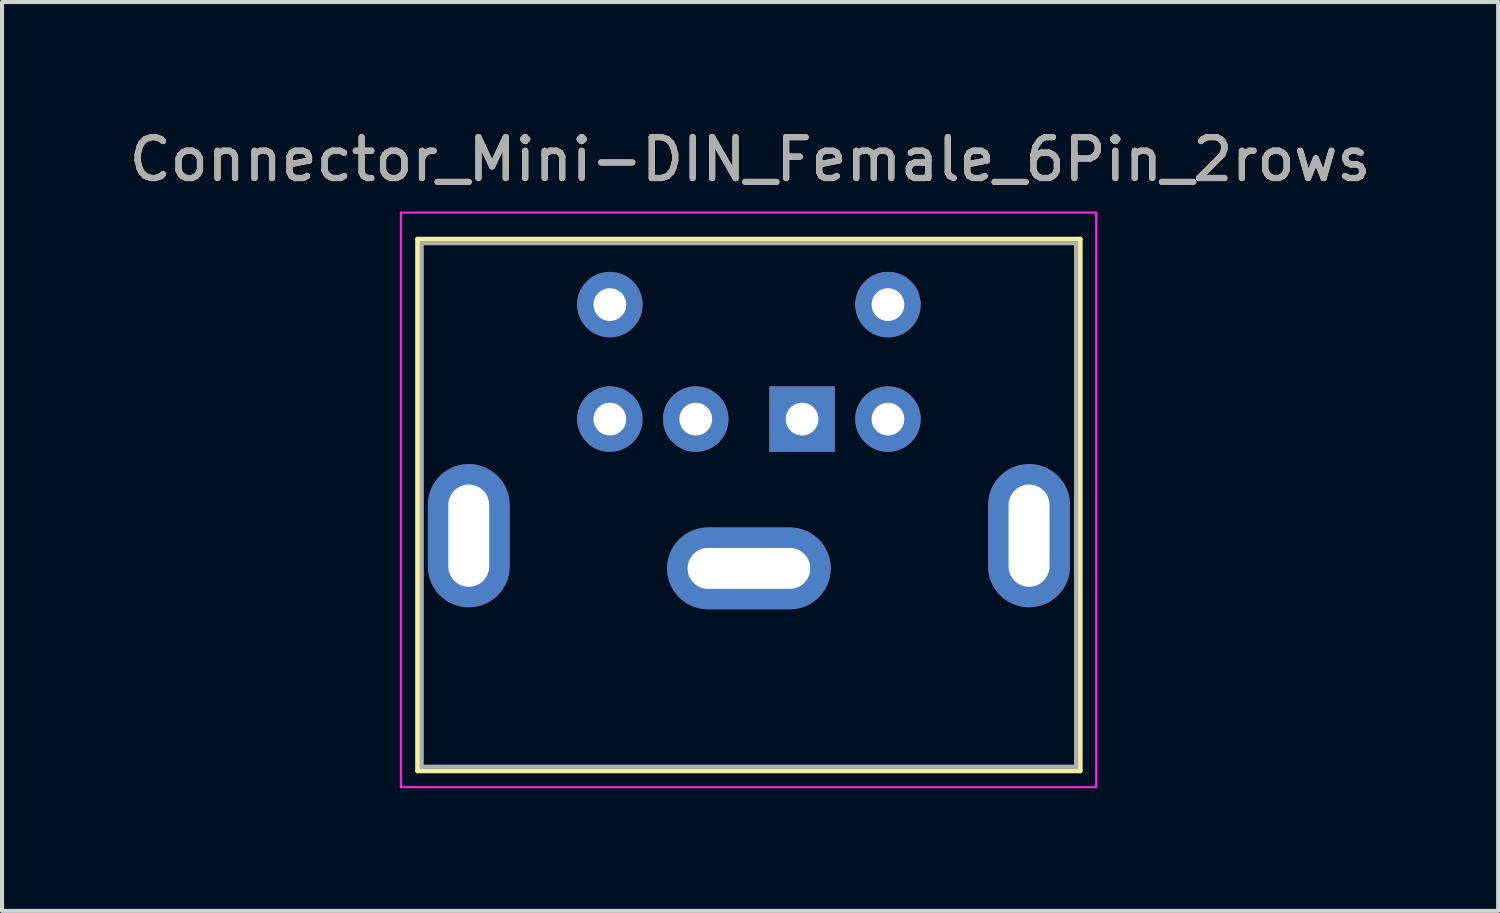
<source format=kicad_pcb>
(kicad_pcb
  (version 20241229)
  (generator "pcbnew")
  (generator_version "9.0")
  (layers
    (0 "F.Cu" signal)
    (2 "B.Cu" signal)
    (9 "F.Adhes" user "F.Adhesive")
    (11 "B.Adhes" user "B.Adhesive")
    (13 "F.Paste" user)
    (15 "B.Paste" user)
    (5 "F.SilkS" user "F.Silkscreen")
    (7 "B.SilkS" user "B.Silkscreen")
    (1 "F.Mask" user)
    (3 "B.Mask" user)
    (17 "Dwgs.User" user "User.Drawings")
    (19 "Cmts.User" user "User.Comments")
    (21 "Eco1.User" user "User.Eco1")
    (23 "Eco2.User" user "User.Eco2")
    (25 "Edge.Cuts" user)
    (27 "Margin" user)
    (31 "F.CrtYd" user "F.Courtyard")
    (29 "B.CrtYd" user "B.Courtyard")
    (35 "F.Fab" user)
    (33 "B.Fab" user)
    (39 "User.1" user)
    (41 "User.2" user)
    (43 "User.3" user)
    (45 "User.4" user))
  (footprint "Connector_Mini-DIN_Female_6Pin_2rows"
    (layer "F.Cu")
    (at 16.562 7.198)
    (property "Reference" "Connector_Mini-DIN_Female_6Pin_2rows" (at -1.27 -6.35 0) (layer "F.SilkS") (effects (font (size 1 1) (thickness 0.15))))
    (attr through_hole)
    (fp_line (start -9.4 -4.4) (end -9.4 8.6) (stroke (width 0.12) (type solid)) (layer "F.SilkS"))
    (fp_line (start -9.4 -4.4) (end 6.8 -4.4) (stroke (width 0.12) (type solid)) (layer "F.SilkS"))
    (fp_line (start -9.4 8.6) (end 6.8 8.6) (stroke (width 0.12) (type solid)) (layer "F.SilkS"))
    (fp_line (start 6.8 -4.4) (end 6.8 8.6) (stroke (width 0.12) (type solid)) (layer "F.SilkS"))
    (fp_line (start -9.81 -5.05) (end -9.81 9) (stroke (width 0.05) (type solid)) (layer "F.CrtYd"))
    (fp_line (start -9.81 -5.05) (end 7.19 -5.05) (stroke (width 0.05) (type solid)) (layer "F.CrtYd"))
    (fp_line (start 7.19 9) (end -9.81 9) (stroke (width 0.05) (type solid)) (layer "F.CrtYd"))
    (fp_line (start 7.19 9) (end 7.19 -5.05) (stroke (width 0.05) (type solid)) (layer "F.CrtYd"))
    (fp_line (start -9.3 -4.3) (end 6.7 -4.3) (stroke (width 0.1) (type solid)) (layer "F.Fab"))
    (fp_line (start -9.3 8.5) (end -9.3 -4.3) (stroke (width 0.1) (type solid)) (layer "F.Fab"))
    (fp_line (start 6.7 -4.3) (end 6.7 8.5) (stroke (width 0.1) (type solid)) (layer "F.Fab"))
    (fp_line (start 6.7 8.5) (end -9.3 8.5) (stroke (width 0.1) (type solid)) (layer "F.Fab"))
    (fp_text user "${REFERENCE}" (at -1.27 -6.35 0) (layer "F.Fab") (effects (font (size 1 1) (thickness 0.15))))
    (pad "" thru_hole oval (at -8.15 2.85) (size 2 3.5) (drill oval 1 2.5) (layers "*.Cu" "*.Mask"))
    (pad "" thru_hole oval (at -1.3 3.65) (size 4 2) (drill oval 3 1) (layers "*.Cu" "*.Mask"))
    (pad "" thru_hole oval (at 5.55 2.85) (size 2 3.5) (drill oval 1 2.5) (layers "*.Cu" "*.Mask"))
    (pad "1" thru_hole rect (at 0 0) (size 1.6 1.6) (drill 0.8) (layers "*.Cu" "*.Mask"))
    (pad "2" thru_hole circle (at -2.6 0) (size 1.6 1.6) (drill 0.8) (layers "*.Cu" "*.Mask"))
    (pad "3" thru_hole circle (at 2.1 0) (size 1.6 1.6) (drill 0.8) (layers "*.Cu" "*.Mask"))
    (pad "4" thru_hole circle (at -4.7 0) (size 1.6 1.6) (drill 0.8) (layers "*.Cu" "*.Mask"))
    (pad "5" thru_hole circle (at 2.1 -2.8) (size 1.6 1.6) (drill 0.8) (layers "*.Cu" "*.Mask"))
    (pad "6" thru_hole circle (at -4.7 -2.8) (size 1.6 1.6) (drill 0.8) (layers "*.Cu" "*.Mask")))
  (gr_rect
    (start -3 -3)
    (end 33.583 19.223)
    (stroke (width 0.1) (type default))
    (fill no)
    (layer "Edge.Cuts")))
</source>
